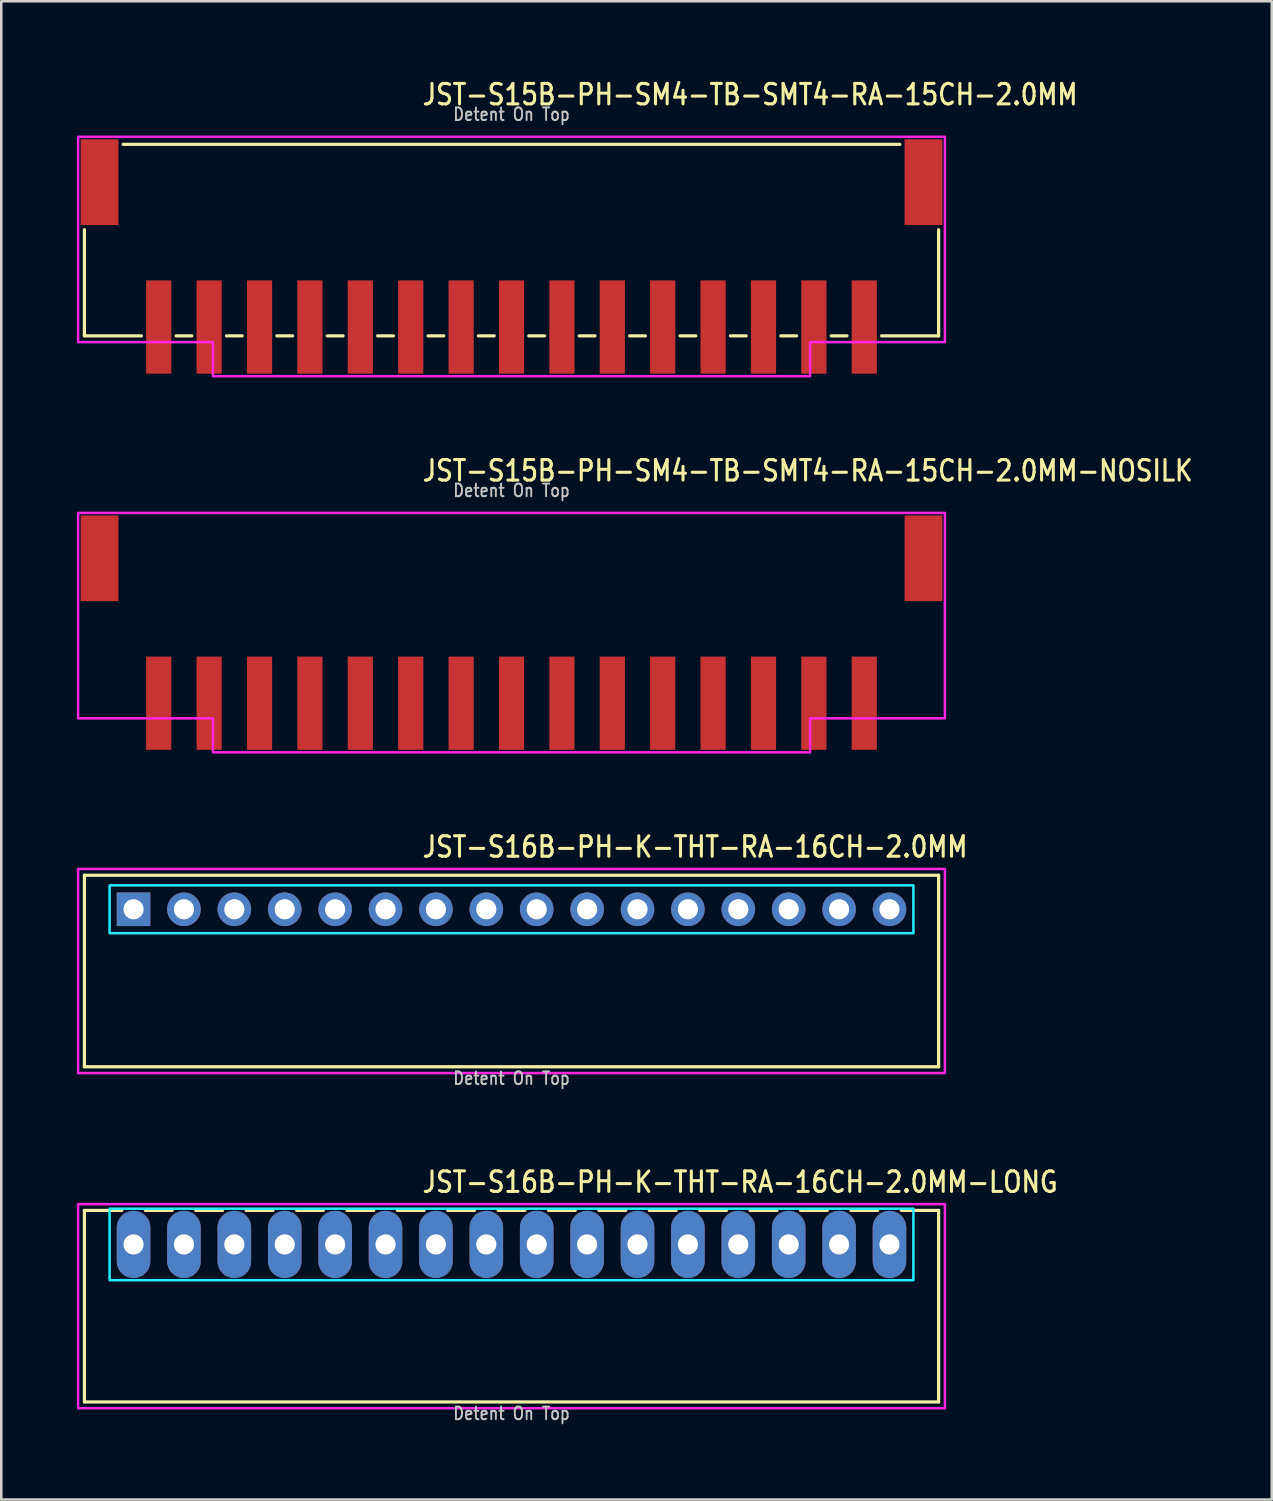
<source format=kicad_pcb>
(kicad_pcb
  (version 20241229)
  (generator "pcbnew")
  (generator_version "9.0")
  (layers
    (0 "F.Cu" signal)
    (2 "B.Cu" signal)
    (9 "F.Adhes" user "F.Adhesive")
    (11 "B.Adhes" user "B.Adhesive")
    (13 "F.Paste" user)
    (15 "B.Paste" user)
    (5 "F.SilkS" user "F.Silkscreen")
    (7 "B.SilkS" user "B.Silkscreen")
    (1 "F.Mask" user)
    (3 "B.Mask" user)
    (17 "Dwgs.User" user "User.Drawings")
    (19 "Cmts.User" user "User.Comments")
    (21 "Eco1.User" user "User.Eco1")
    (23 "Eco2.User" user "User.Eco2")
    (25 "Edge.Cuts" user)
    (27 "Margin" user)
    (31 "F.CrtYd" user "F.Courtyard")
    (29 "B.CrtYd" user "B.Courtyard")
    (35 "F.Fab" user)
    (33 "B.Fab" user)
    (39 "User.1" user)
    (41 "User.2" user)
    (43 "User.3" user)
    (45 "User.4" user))
  (footprint "JST-S15B-PH-SM4-TB-SMT4-RA-15CH-2.0MM"
    (layer "F.Cu")
    (at 17.25 4.179)
    (property "Reference" "JST-S15B-PH-SM4-TB-SMT4-RA-15CH-2.0MM" (at -3.6 -3 0) (unlocked yes) (layer "F.SilkS") (effects (font (size 0.813 0.695) (thickness 0.122)) (justify left bottom)))
    (fp_line (start -16.95 6.1) (end -16.95 1.887) (stroke (width 0.127) (type solid)) (layer "F.SilkS"))
    (fp_line (start -16.95 6.1) (end -14.687 6.1) (stroke (width 0.127) (type solid)) (layer "F.SilkS"))
    (fp_line (start -15.414 -1.5) (end 15.414 -1.5) (stroke (width 0.127) (type solid)) (layer "F.SilkS"))
    (fp_line (start -13.313 6.1) (end -12.687 6.1) (stroke (width 0.127) (type solid)) (layer "F.SilkS"))
    (fp_line (start -11.313 6.1) (end -10.687 6.1) (stroke (width 0.127) (type solid)) (layer "F.SilkS"))
    (fp_line (start -9.313 6.1) (end -8.687 6.1) (stroke (width 0.127) (type solid)) (layer "F.SilkS"))
    (fp_line (start -7.314 6.1) (end -6.686 6.1) (stroke (width 0.127) (type solid)) (layer "F.SilkS"))
    (fp_line (start -5.314 6.1) (end -4.686 6.1) (stroke (width 0.127) (type solid)) (layer "F.SilkS"))
    (fp_line (start -3.313 6.1) (end -2.687 6.1) (stroke (width 0.127) (type solid)) (layer "F.SilkS"))
    (fp_line (start -1.313 6.1) (end -0.686 6.1) (stroke (width 0.127) (type solid)) (layer "F.SilkS"))
    (fp_line (start 0.686 6.1) (end 1.313 6.1) (stroke (width 0.127) (type solid)) (layer "F.SilkS"))
    (fp_line (start 2.687 6.1) (end 3.313 6.1) (stroke (width 0.127) (type solid)) (layer "F.SilkS"))
    (fp_line (start 4.686 6.1) (end 5.314 6.1) (stroke (width 0.127) (type solid)) (layer "F.SilkS"))
    (fp_line (start 6.686 6.1) (end 7.314 6.1) (stroke (width 0.127) (type solid)) (layer "F.SilkS"))
    (fp_line (start 8.687 6.1) (end 9.313 6.1) (stroke (width 0.127) (type solid)) (layer "F.SilkS"))
    (fp_line (start 10.687 6.1) (end 11.313 6.1) (stroke (width 0.127) (type solid)) (layer "F.SilkS"))
    (fp_line (start 12.687 6.1) (end 13.313 6.1) (stroke (width 0.127) (type solid)) (layer "F.SilkS"))
    (fp_line (start 14.687 6.1) (end 16.95 6.1) (stroke (width 0.127) (type solid)) (layer "F.SilkS"))
    (fp_line (start 16.95 1.887) (end 16.95 6.1) (stroke (width 0.127) (type solid)) (layer "F.SilkS"))
    (fp_poly (pts (xy -17.2 -1.8) (xy -17.2 6.35) (xy -11.85 6.35) (xy -11.85 7.7) (xy 11.85 7.7) (xy 11.85 6.35) (xy 17.2 6.35) (xy 17.2 -1.8)) (stroke (width 0.1) (type solid)) (fill no) (layer "F.CrtYd"))
    (fp_text user "Detent On Top" (at 0 -2.4 0) (unlocked yes) (layer "Dwgs.User") (effects (font (size 0.5 0.427) (thickness 0.075)) (justify bottom)))
    (pad "1" smd rect (at 14 5.75) (size 1 3.7) (layers "F.Cu" "F.Mask" "F.Paste"))
    (pad "2" smd rect (at 12 5.75) (size 1 3.7) (layers "F.Cu" "F.Mask" "F.Paste"))
    (pad "3" smd rect (at 10 5.75) (size 1 3.7) (layers "F.Cu" "F.Mask" "F.Paste"))
    (pad "4" smd rect (at 8 5.75) (size 1 3.7) (layers "F.Cu" "F.Mask" "F.Paste"))
    (pad "5" smd rect (at 6 5.75) (size 1 3.7) (layers "F.Cu" "F.Mask" "F.Paste"))
    (pad "6" smd rect (at 4 5.75) (size 1 3.7) (layers "F.Cu" "F.Mask" "F.Paste"))
    (pad "7" smd rect (at 2 5.75) (size 1 3.7) (layers "F.Cu" "F.Mask" "F.Paste"))
    (pad "8" smd rect (at 0 5.75) (size 1 3.7) (layers "F.Cu" "F.Mask" "F.Paste"))
    (pad "9" smd rect (at -2 5.75) (size 1 3.7) (layers "F.Cu" "F.Mask" "F.Paste"))
    (pad "10" smd rect (at -4 5.75) (size 1 3.7) (layers "F.Cu" "F.Mask" "F.Paste"))
    (pad "11" smd rect (at -6 5.75) (size 1 3.7) (layers "F.Cu" "F.Mask" "F.Paste"))
    (pad "12" smd rect (at -8 5.75) (size 1 3.7) (layers "F.Cu" "F.Mask" "F.Paste"))
    (pad "13" smd rect (at -10 5.75) (size 1 3.7) (layers "F.Cu" "F.Mask" "F.Paste"))
    (pad "14" smd rect (at -12 5.75) (size 1 3.7) (layers "F.Cu" "F.Mask" "F.Paste"))
    (pad "15" smd rect (at -14 5.75) (size 1 3.7) (layers "F.Cu" "F.Mask" "F.Paste"))
    (pad "S_1" smd rect (at -16.35 0) (size 1.5 3.4) (layers "F.Cu" "F.Mask" "F.Paste"))
    (pad "S_2" smd rect (at 16.35 0) (size 1.5 3.4) (layers "F.Cu" "F.Mask" "F.Paste")))
  (footprint "JST-S16B-PH-K-THT-RA-16CH-2.0MM"
    (layer "F.Cu")
    (at 17.25 33.036)
    (property "Reference" "JST-S16B-PH-K-THT-RA-16CH-2.0MM" (at -3.6 -2 0) (unlocked yes) (layer "F.SilkS") (effects (font (size 0.813 0.695) (thickness 0.122)) (justify left bottom)))
    (fp_line (start -16.95 -1.35) (end 16.95 -1.35) (stroke (width 0.127) (type solid)) (layer "F.SilkS"))
    (fp_line (start -16.95 6.25) (end -16.95 -1.35) (stroke (width 0.127) (type solid)) (layer "F.SilkS"))
    (fp_line (start -16.95 6.25) (end 16.95 6.25) (stroke (width 0.127) (type solid)) (layer "F.SilkS"))
    (fp_line (start 16.95 -1.35) (end 16.95 6.25) (stroke (width 0.127) (type solid)) (layer "F.SilkS"))
    (fp_poly (pts (xy -15.95 -0.95) (xy -15.95 0.95) (xy 15.95 0.95) (xy 15.95 -0.95)) (stroke (width 0.1) (type solid)) (fill no) (layer "B.CrtYd"))
    (fp_poly (pts (xy -17.2 -1.6) (xy -17.2 6.5) (xy 17.2 6.5) (xy 17.2 -1.6)) (stroke (width 0.1) (type solid)) (fill no) (layer "F.CrtYd"))
    (fp_text user "Detent On Top" (at 0 7 0) (unlocked yes) (layer "Dwgs.User") (effects (font (size 0.5 0.427) (thickness 0.075)) (justify bottom)))
    (pad "1" thru_hole rect (at -15 0) (size 1.333 1.333) (drill 0.8) (layers "*.Cu" "*.Mask"))
    (pad "2" thru_hole oval (at -13 0) (size 1.333 1.333) (drill 0.8) (layers "*.Cu" "*.Mask"))
    (pad "3" thru_hole oval (at -11 0) (size 1.333 1.333) (drill 0.8) (layers "*.Cu" "*.Mask"))
    (pad "4" thru_hole oval (at -9 0) (size 1.333 1.333) (drill 0.8) (layers "*.Cu" "*.Mask"))
    (pad "5" thru_hole oval (at -7 0) (size 1.333 1.333) (drill 0.8) (layers "*.Cu" "*.Mask"))
    (pad "6" thru_hole oval (at -5 0) (size 1.333 1.333) (drill 0.8) (layers "*.Cu" "*.Mask"))
    (pad "7" thru_hole oval (at -3 0) (size 1.333 1.333) (drill 0.8) (layers "*.Cu" "*.Mask"))
    (pad "8" thru_hole oval (at -1 0) (size 1.333 1.333) (drill 0.8) (layers "*.Cu" "*.Mask"))
    (pad "9" thru_hole oval (at 1 0) (size 1.333 1.333) (drill 0.8) (layers "*.Cu" "*.Mask"))
    (pad "10" thru_hole oval (at 3 0) (size 1.333 1.333) (drill 0.8) (layers "*.Cu" "*.Mask"))
    (pad "11" thru_hole oval (at 5 0) (size 1.333 1.333) (drill 0.8) (layers "*.Cu" "*.Mask"))
    (pad "12" thru_hole oval (at 7 0) (size 1.333 1.333) (drill 0.8) (layers "*.Cu" "*.Mask"))
    (pad "13" thru_hole oval (at 9 0) (size 1.333 1.333) (drill 0.8) (layers "*.Cu" "*.Mask"))
    (pad "14" thru_hole oval (at 11 0) (size 1.333 1.333) (drill 0.8) (layers "*.Cu" "*.Mask"))
    (pad "15" thru_hole oval (at 13 0) (size 1.333 1.333) (drill 0.8) (layers "*.Cu" "*.Mask"))
    (pad "16" thru_hole oval (at 15 0) (size 1.333 1.333) (drill 0.8) (layers "*.Cu" "*.Mask")))
  (footprint "JST-S16B-PH-K-THT-RA-16CH-2.0MM-LONG"
    (layer "F.Cu")
    (at 17.25 46.337)
    (property "Reference" "JST-S16B-PH-K-THT-RA-16CH-2.0MM-LONG" (at -3.6 -2 0) (unlocked yes) (layer "F.SilkS") (effects (font (size 0.813 0.695) (thickness 0.122)) (justify left bottom)))
    (fp_line (start -16.95 -1.35) (end -15.471 -1.35) (stroke (width 0.127) (type solid)) (layer "F.SilkS"))
    (fp_line (start -16.95 6.25) (end -16.95 -1.35) (stroke (width 0.127) (type solid)) (layer "F.SilkS"))
    (fp_line (start -16.95 6.25) (end 16.95 6.25) (stroke (width 0.127) (type solid)) (layer "F.SilkS"))
    (fp_line (start -14.529 -1.35) (end -13.471 -1.35) (stroke (width 0.127) (type solid)) (layer "F.SilkS"))
    (fp_line (start -12.529 -1.35) (end -11.471 -1.35) (stroke (width 0.127) (type solid)) (layer "F.SilkS"))
    (fp_line (start -10.529 -1.35) (end -9.471 -1.35) (stroke (width 0.127) (type solid)) (layer "F.SilkS"))
    (fp_line (start -8.529 -1.35) (end -7.471 -1.35) (stroke (width 0.127) (type solid)) (layer "F.SilkS"))
    (fp_line (start -6.529 -1.35) (end -5.471 -1.35) (stroke (width 0.127) (type solid)) (layer "F.SilkS"))
    (fp_line (start -4.529 -1.35) (end -3.471 -1.35) (stroke (width 0.127) (type solid)) (layer "F.SilkS"))
    (fp_line (start -2.529 -1.35) (end -1.471 -1.35) (stroke (width 0.127) (type solid)) (layer "F.SilkS"))
    (fp_line (start -0.529 -1.35) (end 0.529 -1.35) (stroke (width 0.127) (type solid)) (layer "F.SilkS"))
    (fp_line (start 1.471 -1.35) (end 2.529 -1.35) (stroke (width 0.127) (type solid)) (layer "F.SilkS"))
    (fp_line (start 3.471 -1.35) (end 4.529 -1.35) (stroke (width 0.127) (type solid)) (layer "F.SilkS"))
    (fp_line (start 5.471 -1.35) (end 6.529 -1.35) (stroke (width 0.127) (type solid)) (layer "F.SilkS"))
    (fp_line (start 7.471 -1.35) (end 8.529 -1.35) (stroke (width 0.127) (type solid)) (layer "F.SilkS"))
    (fp_line (start 9.471 -1.35) (end 10.529 -1.35) (stroke (width 0.127) (type solid)) (layer "F.SilkS"))
    (fp_line (start 11.471 -1.35) (end 12.529 -1.35) (stroke (width 0.127) (type solid)) (layer "F.SilkS"))
    (fp_line (start 13.471 -1.35) (end 14.529 -1.35) (stroke (width 0.127) (type solid)) (layer "F.SilkS"))
    (fp_line (start 15.471 -1.35) (end 16.95 -1.35) (stroke (width 0.127) (type solid)) (layer "F.SilkS"))
    (fp_line (start 16.95 -1.35) (end 16.95 6.25) (stroke (width 0.127) (type solid)) (layer "F.SilkS"))
    (fp_poly (pts (xy -15.95 -1.42) (xy -15.95 1.42) (xy 15.95 1.42) (xy 15.95 -1.42)) (stroke (width 0.1) (type solid)) (fill no) (layer "B.CrtYd"))
    (fp_poly (pts (xy -17.2 -1.6) (xy -17.2 6.5) (xy 17.2 6.5) (xy 17.2 -1.6)) (stroke (width 0.1) (type solid)) (fill no) (layer "F.CrtYd"))
    (fp_text user "Detent On Top" (at 0 7 0) (unlocked yes) (layer "Dwgs.User") (effects (font (size 0.5 0.427) (thickness 0.075)) (justify bottom)))
    (pad "1" thru_hole oval (at -15 0 90) (size 2.667 1.333) (drill 0.8) (layers "*.Cu" "*.Mask"))
    (pad "2" thru_hole oval (at -13 0 90) (size 2.667 1.333) (drill 0.8) (layers "*.Cu" "*.Mask"))
    (pad "3" thru_hole oval (at -11 0 90) (size 2.667 1.333) (drill 0.8) (layers "*.Cu" "*.Mask"))
    (pad "4" thru_hole oval (at -9 0 90) (size 2.667 1.333) (drill 0.8) (layers "*.Cu" "*.Mask"))
    (pad "5" thru_hole oval (at -7 0 90) (size 2.667 1.333) (drill 0.8) (layers "*.Cu" "*.Mask"))
    (pad "6" thru_hole oval (at -5 0 90) (size 2.667 1.333) (drill 0.8) (layers "*.Cu" "*.Mask"))
    (pad "7" thru_hole oval (at -3 0 90) (size 2.667 1.333) (drill 0.8) (layers "*.Cu" "*.Mask"))
    (pad "8" thru_hole oval (at -1 0 90) (size 2.667 1.333) (drill 0.8) (layers "*.Cu" "*.Mask"))
    (pad "9" thru_hole oval (at 1 0 90) (size 2.667 1.333) (drill 0.8) (layers "*.Cu" "*.Mask"))
    (pad "10" thru_hole oval (at 3 0 90) (size 2.667 1.333) (drill 0.8) (layers "*.Cu" "*.Mask"))
    (pad "11" thru_hole oval (at 5 0 90) (size 2.667 1.333) (drill 0.8) (layers "*.Cu" "*.Mask"))
    (pad "12" thru_hole oval (at 7 0 90) (size 2.667 1.333) (drill 0.8) (layers "*.Cu" "*.Mask"))
    (pad "13" thru_hole oval (at 9 0 90) (size 2.667 1.333) (drill 0.8) (layers "*.Cu" "*.Mask"))
    (pad "14" thru_hole oval (at 11 0 90) (size 2.667 1.333) (drill 0.8) (layers "*.Cu" "*.Mask"))
    (pad "15" thru_hole oval (at 13 0 90) (size 2.667 1.333) (drill 0.8) (layers "*.Cu" "*.Mask"))
    (pad "16" thru_hole oval (at 15 0 90) (size 2.667 1.333) (drill 0.8) (layers "*.Cu" "*.Mask")))
  (footprint "JST-S15B-PH-SM4-TB-SMT4-RA-15CH-2.0MM-NOSILK"
    (layer "F.Cu")
    (at 17.25 19.107)
    (property "Reference" "JST-S15B-PH-SM4-TB-SMT4-RA-15CH-2.0MM-NOSILK" (at -3.6 -3 0) (unlocked yes) (layer "F.SilkS") (effects (font (size 0.813 0.695) (thickness 0.122)) (justify left bottom)))
    (fp_poly (pts (xy -17.2 -1.8) (xy -17.2 6.35) (xy -11.85 6.35) (xy -11.85 7.7) (xy 11.85 7.7) (xy 11.85 6.35) (xy 17.2 6.35) (xy 17.2 -1.8)) (stroke (width 0.1) (type solid)) (fill no) (layer "F.CrtYd"))
    (fp_text user "Detent On Top" (at 0 -2.4 0) (unlocked yes) (layer "Dwgs.User") (effects (font (size 0.5 0.427) (thickness 0.075)) (justify bottom)))
    (pad "1" smd rect (at 14 5.75) (size 1 3.7) (layers "F.Cu" "F.Mask" "F.Paste"))
    (pad "2" smd rect (at 12 5.75) (size 1 3.7) (layers "F.Cu" "F.Mask" "F.Paste"))
    (pad "3" smd rect (at 10 5.75) (size 1 3.7) (layers "F.Cu" "F.Mask" "F.Paste"))
    (pad "4" smd rect (at 8 5.75) (size 1 3.7) (layers "F.Cu" "F.Mask" "F.Paste"))
    (pad "5" smd rect (at 6 5.75) (size 1 3.7) (layers "F.Cu" "F.Mask" "F.Paste"))
    (pad "6" smd rect (at 4 5.75) (size 1 3.7) (layers "F.Cu" "F.Mask" "F.Paste"))
    (pad "7" smd rect (at 2 5.75) (size 1 3.7) (layers "F.Cu" "F.Mask" "F.Paste"))
    (pad "8" smd rect (at 0 5.75) (size 1 3.7) (layers "F.Cu" "F.Mask" "F.Paste"))
    (pad "9" smd rect (at -2 5.75) (size 1 3.7) (layers "F.Cu" "F.Mask" "F.Paste"))
    (pad "10" smd rect (at -4 5.75) (size 1 3.7) (layers "F.Cu" "F.Mask" "F.Paste"))
    (pad "11" smd rect (at -6 5.75) (size 1 3.7) (layers "F.Cu" "F.Mask" "F.Paste"))
    (pad "12" smd rect (at -8 5.75) (size 1 3.7) (layers "F.Cu" "F.Mask" "F.Paste"))
    (pad "13" smd rect (at -10 5.75) (size 1 3.7) (layers "F.Cu" "F.Mask" "F.Paste"))
    (pad "14" smd rect (at -12 5.75) (size 1 3.7) (layers "F.Cu" "F.Mask" "F.Paste"))
    (pad "15" smd rect (at -14 5.75) (size 1 3.7) (layers "F.Cu" "F.Mask" "F.Paste"))
    (pad "S_1" smd rect (at -16.35 0) (size 1.5 3.4) (layers "F.Cu" "F.Mask" "F.Paste"))
    (pad "S_2" smd rect (at 16.35 0) (size 1.5 3.4) (layers "F.Cu" "F.Mask" "F.Paste")))
  (gr_rect
    (start -3 -3)
    (end 47.421 56.461)
    (stroke (width 0.1) (type default))
    (fill no)
    (layer "Edge.Cuts")))
</source>
